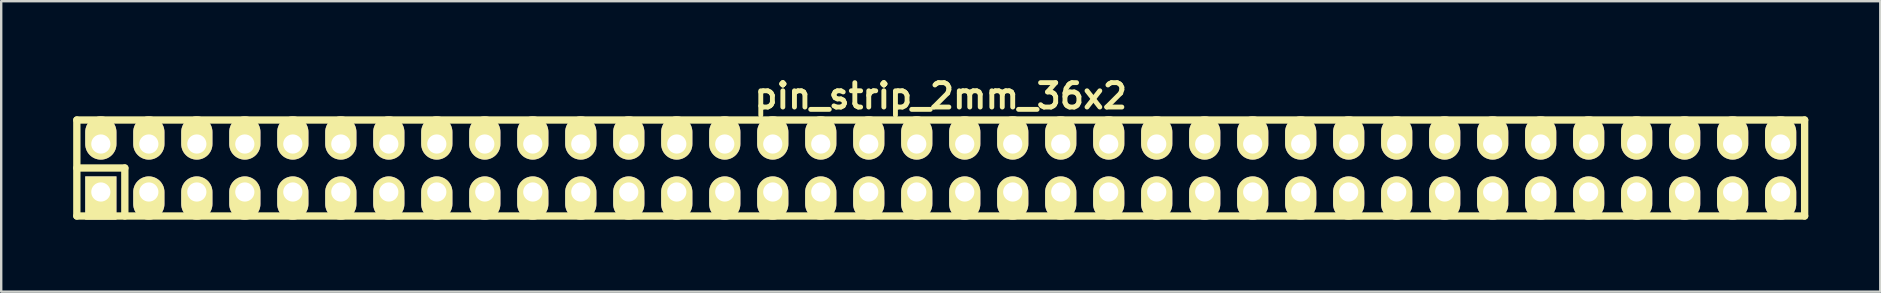
<source format=kicad_pcb>
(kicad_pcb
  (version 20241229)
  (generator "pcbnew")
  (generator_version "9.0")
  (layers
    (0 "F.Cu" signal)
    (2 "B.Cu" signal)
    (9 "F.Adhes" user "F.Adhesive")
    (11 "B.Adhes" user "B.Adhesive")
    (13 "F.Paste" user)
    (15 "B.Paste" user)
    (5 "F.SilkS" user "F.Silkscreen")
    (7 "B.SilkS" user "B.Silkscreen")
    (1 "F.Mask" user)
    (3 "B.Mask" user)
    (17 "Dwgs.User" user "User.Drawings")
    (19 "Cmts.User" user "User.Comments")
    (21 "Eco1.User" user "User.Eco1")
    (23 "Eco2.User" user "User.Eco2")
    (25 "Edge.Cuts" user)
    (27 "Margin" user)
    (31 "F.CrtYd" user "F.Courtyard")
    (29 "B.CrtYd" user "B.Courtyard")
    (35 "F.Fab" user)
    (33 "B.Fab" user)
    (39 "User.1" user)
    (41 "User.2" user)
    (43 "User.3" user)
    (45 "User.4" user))
  (footprint "pin_strip_2mm_36x2"
    (layer "F.Cu")
    (at 36.152 3.951)
    (property "Reference" "pin_strip_2mm_36x2" (at 0 -3 0) (layer "F.SilkS") (effects (font (size 1.016 1.016) (thickness 0.203))))
    (attr through_hole)
    (fp_line (start -36 -2) (end 36 -2) (stroke (width 0.305) (type solid)) (layer "F.SilkS"))
    (fp_line (start -36 0) (end -34 0) (stroke (width 0.305) (type solid)) (layer "F.SilkS"))
    (fp_line (start -36 2) (end -36 -2) (stroke (width 0.305) (type solid)) (layer "F.SilkS"))
    (fp_line (start -34 0) (end -34 2) (stroke (width 0.305) (type solid)) (layer "F.SilkS"))
    (fp_line (start 36 -2) (end 36 2) (stroke (width 0.305) (type solid)) (layer "F.SilkS"))
    (fp_line (start 36 2) (end -36 2) (stroke (width 0.305) (type solid)) (layer "F.SilkS"))
    (pad "1" thru_hole rect (at -35 1) (size 1.3 1.8) (drill 0.8 (offset 0 0.25)) (layers "*.Cu" "*.Mask" "F.SilkS"))
    (pad "2" thru_hole oval (at -35 -1) (size 1.3 1.8) (drill 0.8 (offset 0 -0.25)) (layers "*.Cu" "*.Mask" "F.SilkS"))
    (pad "3" thru_hole oval (at -33 1) (size 1.3 1.8) (drill 0.8 (offset 0 0.25)) (layers "*.Cu" "*.Mask" "F.SilkS"))
    (pad "4" thru_hole oval (at -33 -1) (size 1.3 1.8) (drill 0.8 (offset 0 -0.25)) (layers "*.Cu" "*.Mask" "F.SilkS"))
    (pad "5" thru_hole oval (at -31 1) (size 1.3 1.8) (drill 0.8 (offset 0 0.25)) (layers "*.Cu" "*.Mask" "F.SilkS"))
    (pad "6" thru_hole oval (at -31 -1) (size 1.3 1.8) (drill 0.8 (offset 0 -0.25)) (layers "*.Cu" "*.Mask" "F.SilkS"))
    (pad "7" thru_hole oval (at -29 1) (size 1.3 1.8) (drill 0.8 (offset 0 0.25)) (layers "*.Cu" "*.Mask" "F.SilkS"))
    (pad "8" thru_hole oval (at -29 -1) (size 1.3 1.8) (drill 0.8 (offset 0 -0.25)) (layers "*.Cu" "*.Mask" "F.SilkS"))
    (pad "9" thru_hole oval (at -27 1) (size 1.3 1.8) (drill 0.8 (offset 0 0.25)) (layers "*.Cu" "*.Mask" "F.SilkS"))
    (pad "10" thru_hole oval (at -27 -1) (size 1.3 1.8) (drill 0.8 (offset 0 -0.25)) (layers "*.Cu" "*.Mask" "F.SilkS"))
    (pad "11" thru_hole oval (at -25 1) (size 1.3 1.8) (drill 0.8 (offset 0 0.25)) (layers "*.Cu" "*.Mask" "F.SilkS"))
    (pad "12" thru_hole oval (at -25 -1) (size 1.3 1.8) (drill 0.8 (offset 0 -0.25)) (layers "*.Cu" "*.Mask" "F.SilkS"))
    (pad "13" thru_hole oval (at -23 1) (size 1.3 1.8) (drill 0.8 (offset 0 0.25)) (layers "*.Cu" "*.Mask" "F.SilkS"))
    (pad "14" thru_hole oval (at -23 -1) (size 1.3 1.8) (drill 0.8 (offset 0 -0.25)) (layers "*.Cu" "*.Mask" "F.SilkS"))
    (pad "15" thru_hole oval (at -21 1) (size 1.3 1.8) (drill 0.8 (offset 0 0.25)) (layers "*.Cu" "*.Mask" "F.SilkS"))
    (pad "16" thru_hole oval (at -21 -1) (size 1.3 1.8) (drill 0.8 (offset 0 -0.25)) (layers "*.Cu" "*.Mask" "F.SilkS"))
    (pad "17" thru_hole oval (at -19 1) (size 1.3 1.8) (drill 0.8 (offset 0 0.25)) (layers "*.Cu" "*.Mask" "F.SilkS"))
    (pad "18" thru_hole oval (at -19 -1) (size 1.3 1.8) (drill 0.8 (offset 0 -0.25)) (layers "*.Cu" "*.Mask" "F.SilkS"))
    (pad "19" thru_hole oval (at -17 1) (size 1.3 1.8) (drill 0.8 (offset 0 0.25)) (layers "*.Cu" "*.Mask" "F.SilkS"))
    (pad "20" thru_hole oval (at -17 -1) (size 1.3 1.8) (drill 0.8 (offset 0 -0.25)) (layers "*.Cu" "*.Mask" "F.SilkS"))
    (pad "21" thru_hole oval (at -15 1) (size 1.3 1.8) (drill 0.8 (offset 0 0.25)) (layers "*.Cu" "*.Mask" "F.SilkS"))
    (pad "22" thru_hole oval (at -15 -1) (size 1.3 1.8) (drill 0.8 (offset 0 -0.25)) (layers "*.Cu" "*.Mask" "F.SilkS"))
    (pad "23" thru_hole oval (at -13 1) (size 1.3 1.8) (drill 0.8 (offset 0 0.25)) (layers "*.Cu" "*.Mask" "F.SilkS"))
    (pad "24" thru_hole oval (at -13 -1) (size 1.3 1.8) (drill 0.8 (offset 0 -0.25)) (layers "*.Cu" "*.Mask" "F.SilkS"))
    (pad "25" thru_hole oval (at -11 1) (size 1.3 1.8) (drill 0.8 (offset 0 0.25)) (layers "*.Cu" "*.Mask" "F.SilkS"))
    (pad "26" thru_hole oval (at -11 -1) (size 1.3 1.8) (drill 0.8 (offset 0 -0.25)) (layers "*.Cu" "*.Mask" "F.SilkS"))
    (pad "27" thru_hole oval (at -9 1) (size 1.3 1.8) (drill 0.8 (offset 0 0.25)) (layers "*.Cu" "*.Mask" "F.SilkS"))
    (pad "28" thru_hole oval (at -9 -1) (size 1.3 1.8) (drill 0.8 (offset 0 -0.25)) (layers "*.Cu" "*.Mask" "F.SilkS"))
    (pad "29" thru_hole oval (at -7 1) (size 1.3 1.8) (drill 0.8 (offset 0 0.25)) (layers "*.Cu" "*.Mask" "F.SilkS"))
    (pad "30" thru_hole oval (at -7 -1) (size 1.3 1.8) (drill 0.8 (offset 0 -0.25)) (layers "*.Cu" "*.Mask" "F.SilkS"))
    (pad "31" thru_hole oval (at -5 1) (size 1.3 1.8) (drill 0.8 (offset 0 0.25)) (layers "*.Cu" "*.Mask" "F.SilkS"))
    (pad "32" thru_hole oval (at -5 -1) (size 1.3 1.8) (drill 0.8 (offset 0 -0.25)) (layers "*.Cu" "*.Mask" "F.SilkS"))
    (pad "33" thru_hole oval (at -3 1) (size 1.3 1.8) (drill 0.8 (offset 0 0.25)) (layers "*.Cu" "*.Mask" "F.SilkS"))
    (pad "34" thru_hole oval (at -3 -1) (size 1.3 1.8) (drill 0.8 (offset 0 -0.25)) (layers "*.Cu" "*.Mask" "F.SilkS"))
    (pad "35" thru_hole oval (at -1 1) (size 1.3 1.8) (drill 0.8 (offset 0 0.25)) (layers "*.Cu" "*.Mask" "F.SilkS"))
    (pad "36" thru_hole oval (at -1 -1) (size 1.3 1.8) (drill 0.8 (offset 0 -0.25)) (layers "*.Cu" "*.Mask" "F.SilkS"))
    (pad "37" thru_hole oval (at 1 1) (size 1.3 1.8) (drill 0.8 (offset 0 0.25)) (layers "*.Cu" "*.Mask" "F.SilkS"))
    (pad "38" thru_hole oval (at 1 -1) (size 1.3 1.8) (drill 0.8 (offset 0 -0.25)) (layers "*.Cu" "*.Mask" "F.SilkS"))
    (pad "39" thru_hole oval (at 3 1) (size 1.3 1.8) (drill 0.8 (offset 0 0.25)) (layers "*.Cu" "*.Mask" "F.SilkS"))
    (pad "40" thru_hole oval (at 3 -1) (size 1.3 1.8) (drill 0.8 (offset 0 -0.25)) (layers "*.Cu" "*.Mask" "F.SilkS"))
    (pad "41" thru_hole oval (at 5 1) (size 1.3 1.8) (drill 0.8 (offset 0 0.25)) (layers "*.Cu" "*.Mask" "F.SilkS"))
    (pad "42" thru_hole oval (at 5 -1) (size 1.3 1.8) (drill 0.8 (offset 0 -0.25)) (layers "*.Cu" "*.Mask" "F.SilkS"))
    (pad "43" thru_hole oval (at 7 1) (size 1.3 1.8) (drill 0.8 (offset 0 0.25)) (layers "*.Cu" "*.Mask" "F.SilkS"))
    (pad "44" thru_hole oval (at 7 -1) (size 1.3 1.8) (drill 0.8 (offset 0 -0.25)) (layers "*.Cu" "*.Mask" "F.SilkS"))
    (pad "45" thru_hole oval (at 9 1) (size 1.3 1.8) (drill 0.8 (offset 0 0.25)) (layers "*.Cu" "*.Mask" "F.SilkS"))
    (pad "46" thru_hole oval (at 9 -1) (size 1.3 1.8) (drill 0.8 (offset 0 -0.25)) (layers "*.Cu" "*.Mask" "F.SilkS"))
    (pad "47" thru_hole oval (at 11 1) (size 1.3 1.8) (drill 0.8 (offset 0 0.25)) (layers "*.Cu" "*.Mask" "F.SilkS"))
    (pad "48" thru_hole oval (at 11 -1) (size 1.3 1.8) (drill 0.8 (offset 0 -0.25)) (layers "*.Cu" "*.Mask" "F.SilkS"))
    (pad "49" thru_hole oval (at 13 1) (size 1.3 1.8) (drill 0.8 (offset 0 0.25)) (layers "*.Cu" "*.Mask" "F.SilkS"))
    (pad "50" thru_hole oval (at 13 -1) (size 1.3 1.8) (drill 0.8 (offset 0 -0.25)) (layers "*.Cu" "*.Mask" "F.SilkS"))
    (pad "51" thru_hole oval (at 15 1) (size 1.3 1.8) (drill 0.8 (offset 0 0.25)) (layers "*.Cu" "*.Mask" "F.SilkS"))
    (pad "52" thru_hole oval (at 15 -1) (size 1.3 1.8) (drill 0.8 (offset 0 -0.25)) (layers "*.Cu" "*.Mask" "F.SilkS"))
    (pad "53" thru_hole oval (at 17 1) (size 1.3 1.8) (drill 0.8 (offset 0 0.25)) (layers "*.Cu" "*.Mask" "F.SilkS"))
    (pad "54" thru_hole oval (at 17 -1) (size 1.3 1.8) (drill 0.8 (offset 0 -0.25)) (layers "*.Cu" "*.Mask" "F.SilkS"))
    (pad "55" thru_hole oval (at 19 1) (size 1.3 1.8) (drill 0.8 (offset 0 0.25)) (layers "*.Cu" "*.Mask" "F.SilkS"))
    (pad "56" thru_hole oval (at 19 -1) (size 1.3 1.8) (drill 0.8 (offset 0 -0.25)) (layers "*.Cu" "*.Mask" "F.SilkS"))
    (pad "57" thru_hole oval (at 21 1) (size 1.3 1.8) (drill 0.8 (offset 0 0.25)) (layers "*.Cu" "*.Mask" "F.SilkS"))
    (pad "58" thru_hole oval (at 21 -1) (size 1.3 1.8) (drill 0.8 (offset 0 -0.25)) (layers "*.Cu" "*.Mask" "F.SilkS"))
    (pad "59" thru_hole oval (at 23 1) (size 1.3 1.8) (drill 0.8 (offset 0 0.25)) (layers "*.Cu" "*.Mask" "F.SilkS"))
    (pad "60" thru_hole oval (at 23 -1) (size 1.3 1.8) (drill 0.8 (offset 0 -0.25)) (layers "*.Cu" "*.Mask" "F.SilkS"))
    (pad "61" thru_hole oval (at 25 1) (size 1.3 1.8) (drill 0.8 (offset 0 0.25)) (layers "*.Cu" "*.Mask" "F.SilkS"))
    (pad "62" thru_hole oval (at 25 -1) (size 1.3 1.8) (drill 0.8 (offset 0 -0.25)) (layers "*.Cu" "*.Mask" "F.SilkS"))
    (pad "63" thru_hole oval (at 27 1) (size 1.3 1.8) (drill 0.8 (offset 0 0.25)) (layers "*.Cu" "*.Mask" "F.SilkS"))
    (pad "64" thru_hole oval (at 27 -1) (size 1.3 1.8) (drill 0.8 (offset 0 -0.25)) (layers "*.Cu" "*.Mask" "F.SilkS"))
    (pad "65" thru_hole oval (at 29 1) (size 1.3 1.8) (drill 0.8 (offset 0 0.25)) (layers "*.Cu" "*.Mask" "F.SilkS"))
    (pad "66" thru_hole oval (at 29 -1) (size 1.3 1.8) (drill 0.8 (offset 0 -0.25)) (layers "*.Cu" "*.Mask" "F.SilkS"))
    (pad "67" thru_hole oval (at 31 1) (size 1.3 1.8) (drill 0.8 (offset 0 0.25)) (layers "*.Cu" "*.Mask" "F.SilkS"))
    (pad "68" thru_hole oval (at 31 -1) (size 1.3 1.8) (drill 0.8 (offset 0 -0.25)) (layers "*.Cu" "*.Mask" "F.SilkS"))
    (pad "69" thru_hole oval (at 33 1) (size 1.3 1.8) (drill 0.8 (offset 0 0.25)) (layers "*.Cu" "*.Mask" "F.SilkS"))
    (pad "70" thru_hole oval (at 33 -1) (size 1.3 1.8) (drill 0.8 (offset 0 -0.25)) (layers "*.Cu" "*.Mask" "F.SilkS"))
    (pad "71" thru_hole oval (at 35 1) (size 1.3 1.8) (drill 0.8 (offset 0 0.25)) (layers "*.Cu" "*.Mask" "F.SilkS"))
    (pad "72" thru_hole oval (at 35 -1) (size 1.3 1.8) (drill 0.8 (offset 0 -0.25)) (layers "*.Cu" "*.Mask" "F.SilkS")))
  (gr_rect
    (start -3 -3)
    (end 75.305 9.103)
    (stroke (width 0.1) (type default))
    (fill no)
    (layer "Edge.Cuts")))
</source>
